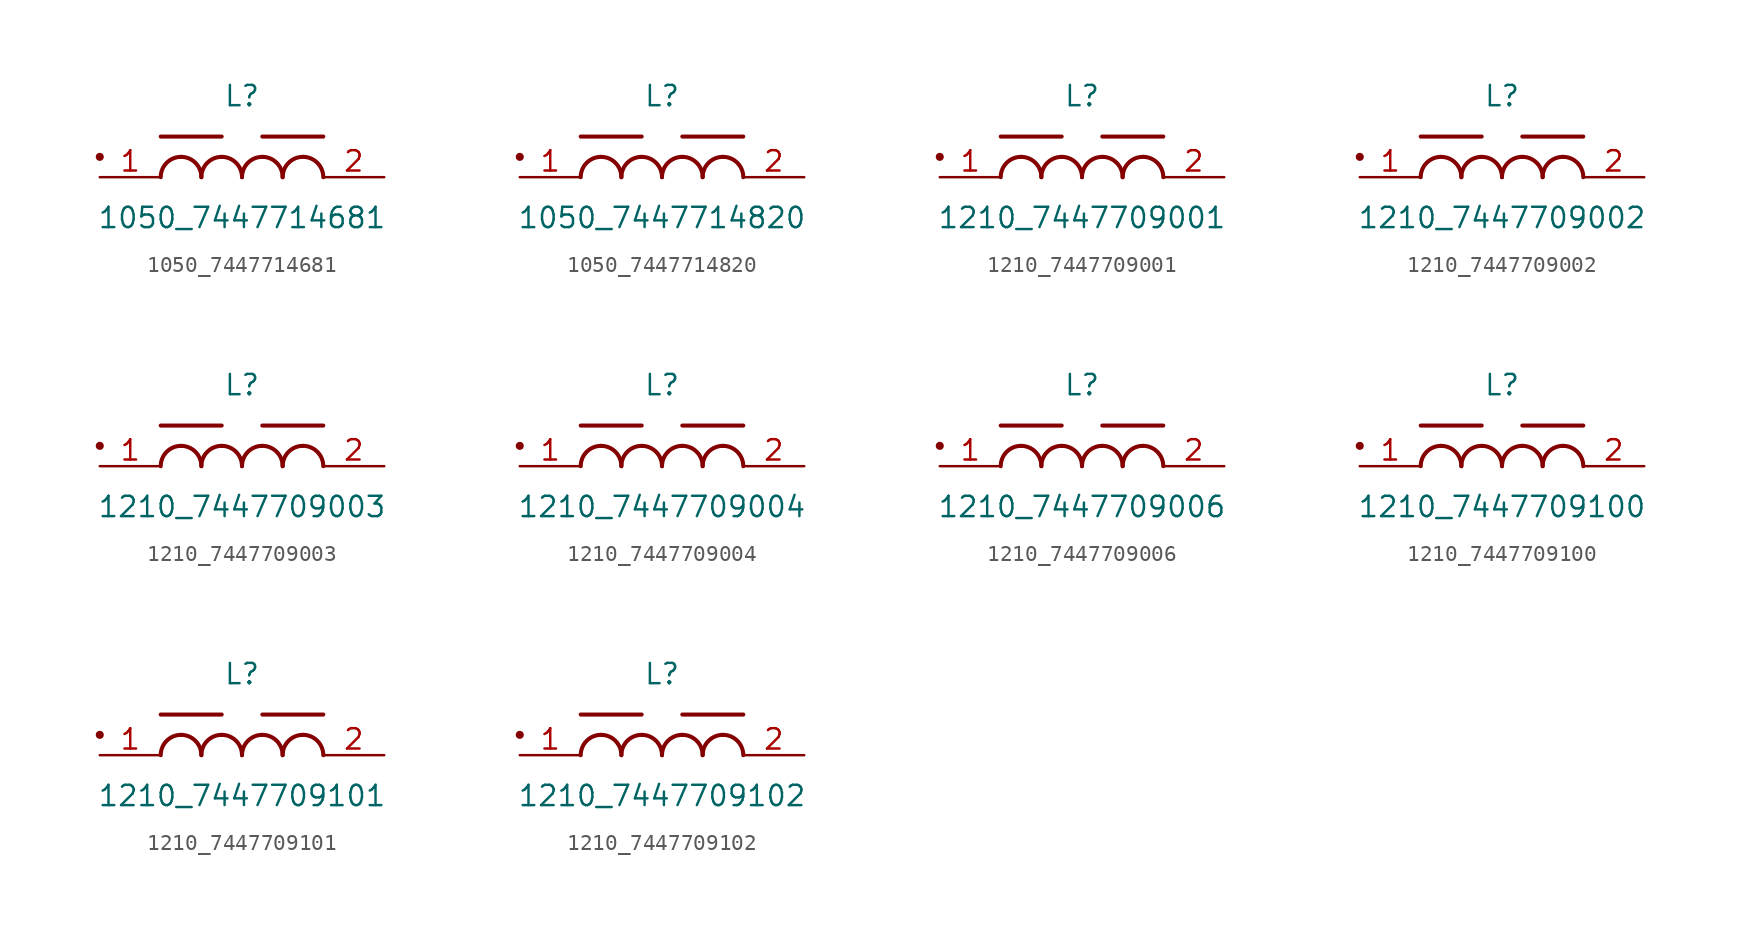
<source format=kicad_sym>
(kicad_symbol_lib
  (version 20211014)
  (generator kicad_symbol_editor)
  (symbol "Inductor_Wurth_WE-PD:1050_7447714681"
    (pin_names hide)
    (property "Reference" "L"
      (at 0 5.08 0)
      (effects (font (size 1.27 1.27))))
    (property "Value" "1050_7447714681"
      (at 0 -2.54 0)
      (effects (font (size 1.27 1.27))))
    (symbol "1050_7447714681_0_1"
      (circle (center -8.89 1.27) (radius 0.0001) (stroke (width 0.254)) (stroke (width 0.254) (type default) (color 0 0 0 0)) (fill (type none)))
      (arc (start -3.81 1.27) (mid -4.708 0.898) (end -5.08 0) (stroke (width 0.254) (type default) (color 0 0 0 0)) (fill (type none)))
      (arc (start -2.54 0) (mid -2.912 0.898) (end -3.81 1.27) (stroke (width 0.254) (type default) (color 0 0 0 0)) (fill (type none)))
      (arc (start -1.2699 1.2701) (mid -2.1679 0.8981) (end -2.5399 0.0001) (stroke (width 0.254) (type default) (color 0 0 0 0)) (fill (type none)))
      (polyline (pts (xy -5.08 2.54) (xy -1.27 2.54)) (stroke (width 0.254) (type default) (color 0 0 0 0)) (fill (type none)))
      (polyline (pts (xy 5.08 2.54) (xy 1.27 2.54)) (stroke (width 0.254) (type default) (color 0 0 0 0)) (fill (type none)))
      (arc (start 0.0001 0.0001) (mid -0.3719 0.8981) (end -1.2699 1.2701) (stroke (width 0.254) (type default) (color 0 0 0 0)) (fill (type none)))
      (arc (start 1.2701 1.2701) (mid 0.3721 0.8981) (end 0.0001 0.0001) (stroke (width 0.254) (type default) (color 0 0 0 0)) (fill (type none)))
      (arc (start 2.5401 0.0001) (mid 2.1681 0.8981) (end 1.2701 1.2701) (stroke (width 0.254) (type default) (color 0 0 0 0)) (fill (type none)))
      (arc (start 3.8101 1.2701) (mid 2.9121 0.8981) (end 2.5401 0.0001) (stroke (width 0.254) (type default) (color 0 0 0 0)) (fill (type none)))
      (arc (start 5.0801 0.0001) (mid 4.7081 0.8981) (end 3.8101 1.2701) (stroke (width 0.254) (type default) (color 0 0 0 0)) (fill (type none))))
    (symbol "1050_7447714681_1_1"
      (pin passive line (at -8.89 0 0) (length 3.81) (name "1" (effects (font (size 1.27 1.27)))) (number "1" (effects (font (size 1.27 1.27)))))
      (pin passive line (at 8.89 0 180) (length 3.81) (name "2" (effects (font (size 1.27 1.27)))) (number "2" (effects (font (size 1.27 1.27)))))))
  (symbol "Inductor_Wurth_WE-PD:1050_7447714820"
    (pin_names hide)
    (property "Reference" "L"
      (at 0 5.08 0)
      (effects (font (size 1.27 1.27))))
    (property "Value" "1050_7447714820"
      (at 0 -2.54 0)
      (effects (font (size 1.27 1.27))))
    (symbol "1050_7447714820_0_1"
      (circle (center -8.89 1.27) (radius 0.0001) (stroke (width 0.254)) (stroke (width 0.254) (type default) (color 0 0 0 0)) (fill (type none)))
      (arc (start -3.81 1.27) (mid -4.708 0.898) (end -5.08 0) (stroke (width 0.254) (type default) (color 0 0 0 0)) (fill (type none)))
      (arc (start -2.54 0) (mid -2.912 0.898) (end -3.81 1.27) (stroke (width 0.254) (type default) (color 0 0 0 0)) (fill (type none)))
      (arc (start -1.2699 1.2701) (mid -2.1679 0.8981) (end -2.5399 0.0001) (stroke (width 0.254) (type default) (color 0 0 0 0)) (fill (type none)))
      (polyline (pts (xy -5.08 2.54) (xy -1.27 2.54)) (stroke (width 0.254) (type default) (color 0 0 0 0)) (fill (type none)))
      (polyline (pts (xy 5.08 2.54) (xy 1.27 2.54)) (stroke (width 0.254) (type default) (color 0 0 0 0)) (fill (type none)))
      (arc (start 0.0001 0.0001) (mid -0.3719 0.8981) (end -1.2699 1.2701) (stroke (width 0.254) (type default) (color 0 0 0 0)) (fill (type none)))
      (arc (start 1.2701 1.2701) (mid 0.3721 0.8981) (end 0.0001 0.0001) (stroke (width 0.254) (type default) (color 0 0 0 0)) (fill (type none)))
      (arc (start 2.5401 0.0001) (mid 2.1681 0.8981) (end 1.2701 1.2701) (stroke (width 0.254) (type default) (color 0 0 0 0)) (fill (type none)))
      (arc (start 3.8101 1.2701) (mid 2.9121 0.8981) (end 2.5401 0.0001) (stroke (width 0.254) (type default) (color 0 0 0 0)) (fill (type none)))
      (arc (start 5.0801 0.0001) (mid 4.7081 0.8981) (end 3.8101 1.2701) (stroke (width 0.254) (type default) (color 0 0 0 0)) (fill (type none))))
    (symbol "1050_7447714820_1_1"
      (pin passive line (at -8.89 0 0) (length 3.81) (name "1" (effects (font (size 1.27 1.27)))) (number "1" (effects (font (size 1.27 1.27)))))
      (pin passive line (at 8.89 0 180) (length 3.81) (name "2" (effects (font (size 1.27 1.27)))) (number "2" (effects (font (size 1.27 1.27)))))))
  (symbol "Inductor_Wurth_WE-PD:1210_7447709001"
    (pin_names hide)
    (property "Reference" "L"
      (at 0 5.08 0)
      (effects (font (size 1.27 1.27))))
    (property "Value" "1210_7447709001"
      (at 0 -2.54 0)
      (effects (font (size 1.27 1.27))))
    (symbol "1210_7447709001_0_1"
      (circle (center -8.89 1.27) (radius 0.0001) (stroke (width 0.254)) (stroke (width 0.254) (type default) (color 0 0 0 0)) (fill (type none)))
      (arc (start -3.81 1.27) (mid -4.708 0.898) (end -5.08 0) (stroke (width 0.254) (type default) (color 0 0 0 0)) (fill (type none)))
      (arc (start -2.54 0) (mid -2.912 0.898) (end -3.81 1.27) (stroke (width 0.254) (type default) (color 0 0 0 0)) (fill (type none)))
      (arc (start -1.2699 1.2701) (mid -2.1679 0.8981) (end -2.5399 0.0001) (stroke (width 0.254) (type default) (color 0 0 0 0)) (fill (type none)))
      (polyline (pts (xy -5.08 2.54) (xy -1.27 2.54)) (stroke (width 0.254) (type default) (color 0 0 0 0)) (fill (type none)))
      (polyline (pts (xy 5.08 2.54) (xy 1.27 2.54)) (stroke (width 0.254) (type default) (color 0 0 0 0)) (fill (type none)))
      (arc (start 0.0001 0.0001) (mid -0.3719 0.8981) (end -1.2699 1.2701) (stroke (width 0.254) (type default) (color 0 0 0 0)) (fill (type none)))
      (arc (start 1.2701 1.2701) (mid 0.3721 0.8981) (end 0.0001 0.0001) (stroke (width 0.254) (type default) (color 0 0 0 0)) (fill (type none)))
      (arc (start 2.5401 0.0001) (mid 2.1681 0.8981) (end 1.2701 1.2701) (stroke (width 0.254) (type default) (color 0 0 0 0)) (fill (type none)))
      (arc (start 3.8101 1.2701) (mid 2.9121 0.8981) (end 2.5401 0.0001) (stroke (width 0.254) (type default) (color 0 0 0 0)) (fill (type none)))
      (arc (start 5.0801 0.0001) (mid 4.7081 0.8981) (end 3.8101 1.2701) (stroke (width 0.254) (type default) (color 0 0 0 0)) (fill (type none))))
    (symbol "1210_7447709001_1_1"
      (pin passive line (at -8.89 0 0) (length 3.81) (name "1" (effects (font (size 1.27 1.27)))) (number "1" (effects (font (size 1.27 1.27)))))
      (pin passive line (at 8.89 0 180) (length 3.81) (name "2" (effects (font (size 1.27 1.27)))) (number "2" (effects (font (size 1.27 1.27)))))))
  (symbol "Inductor_Wurth_WE-PD:1210_7447709002"
    (pin_names hide)
    (property "Reference" "L"
      (at 0 5.08 0)
      (effects (font (size 1.27 1.27))))
    (property "Value" "1210_7447709002"
      (at 0 -2.54 0)
      (effects (font (size 1.27 1.27))))
    (symbol "1210_7447709002_0_1"
      (circle (center -8.89 1.27) (radius 0.0001) (stroke (width 0.254)) (stroke (width 0.254) (type default) (color 0 0 0 0)) (fill (type none)))
      (arc (start -3.81 1.27) (mid -4.708 0.898) (end -5.08 0) (stroke (width 0.254) (type default) (color 0 0 0 0)) (fill (type none)))
      (arc (start -2.54 0) (mid -2.912 0.898) (end -3.81 1.27) (stroke (width 0.254) (type default) (color 0 0 0 0)) (fill (type none)))
      (arc (start -1.2699 1.2701) (mid -2.1679 0.8981) (end -2.5399 0.0001) (stroke (width 0.254) (type default) (color 0 0 0 0)) (fill (type none)))
      (polyline (pts (xy -5.08 2.54) (xy -1.27 2.54)) (stroke (width 0.254) (type default) (color 0 0 0 0)) (fill (type none)))
      (polyline (pts (xy 5.08 2.54) (xy 1.27 2.54)) (stroke (width 0.254) (type default) (color 0 0 0 0)) (fill (type none)))
      (arc (start 0.0001 0.0001) (mid -0.3719 0.8981) (end -1.2699 1.2701) (stroke (width 0.254) (type default) (color 0 0 0 0)) (fill (type none)))
      (arc (start 1.2701 1.2701) (mid 0.3721 0.8981) (end 0.0001 0.0001) (stroke (width 0.254) (type default) (color 0 0 0 0)) (fill (type none)))
      (arc (start 2.5401 0.0001) (mid 2.1681 0.8981) (end 1.2701 1.2701) (stroke (width 0.254) (type default) (color 0 0 0 0)) (fill (type none)))
      (arc (start 3.8101 1.2701) (mid 2.9121 0.8981) (end 2.5401 0.0001) (stroke (width 0.254) (type default) (color 0 0 0 0)) (fill (type none)))
      (arc (start 5.0801 0.0001) (mid 4.7081 0.8981) (end 3.8101 1.2701) (stroke (width 0.254) (type default) (color 0 0 0 0)) (fill (type none))))
    (symbol "1210_7447709002_1_1"
      (pin passive line (at -8.89 0 0) (length 3.81) (name "1" (effects (font (size 1.27 1.27)))) (number "1" (effects (font (size 1.27 1.27)))))
      (pin passive line (at 8.89 0 180) (length 3.81) (name "2" (effects (font (size 1.27 1.27)))) (number "2" (effects (font (size 1.27 1.27)))))))
  (symbol "Inductor_Wurth_WE-PD:1210_7447709003"
    (pin_names hide)
    (property "Reference" "L"
      (at 0 5.08 0)
      (effects (font (size 1.27 1.27))))
    (property "Value" "1210_7447709003"
      (at 0 -2.54 0)
      (effects (font (size 1.27 1.27))))
    (symbol "1210_7447709003_0_1"
      (circle (center -8.89 1.27) (radius 0.0001) (stroke (width 0.254)) (stroke (width 0.254) (type default) (color 0 0 0 0)) (fill (type none)))
      (arc (start -3.81 1.27) (mid -4.708 0.898) (end -5.08 0) (stroke (width 0.254) (type default) (color 0 0 0 0)) (fill (type none)))
      (arc (start -2.54 0) (mid -2.912 0.898) (end -3.81 1.27) (stroke (width 0.254) (type default) (color 0 0 0 0)) (fill (type none)))
      (arc (start -1.2699 1.2701) (mid -2.1679 0.8981) (end -2.5399 0.0001) (stroke (width 0.254) (type default) (color 0 0 0 0)) (fill (type none)))
      (polyline (pts (xy -5.08 2.54) (xy -1.27 2.54)) (stroke (width 0.254) (type default) (color 0 0 0 0)) (fill (type none)))
      (polyline (pts (xy 5.08 2.54) (xy 1.27 2.54)) (stroke (width 0.254) (type default) (color 0 0 0 0)) (fill (type none)))
      (arc (start 0.0001 0.0001) (mid -0.3719 0.8981) (end -1.2699 1.2701) (stroke (width 0.254) (type default) (color 0 0 0 0)) (fill (type none)))
      (arc (start 1.2701 1.2701) (mid 0.3721 0.8981) (end 0.0001 0.0001) (stroke (width 0.254) (type default) (color 0 0 0 0)) (fill (type none)))
      (arc (start 2.5401 0.0001) (mid 2.1681 0.8981) (end 1.2701 1.2701) (stroke (width 0.254) (type default) (color 0 0 0 0)) (fill (type none)))
      (arc (start 3.8101 1.2701) (mid 2.9121 0.8981) (end 2.5401 0.0001) (stroke (width 0.254) (type default) (color 0 0 0 0)) (fill (type none)))
      (arc (start 5.0801 0.0001) (mid 4.7081 0.8981) (end 3.8101 1.2701) (stroke (width 0.254) (type default) (color 0 0 0 0)) (fill (type none))))
    (symbol "1210_7447709003_1_1"
      (pin passive line (at -8.89 0 0) (length 3.81) (name "1" (effects (font (size 1.27 1.27)))) (number "1" (effects (font (size 1.27 1.27)))))
      (pin passive line (at 8.89 0 180) (length 3.81) (name "2" (effects (font (size 1.27 1.27)))) (number "2" (effects (font (size 1.27 1.27)))))))
  (symbol "Inductor_Wurth_WE-PD:1210_7447709004"
    (pin_names hide)
    (property "Reference" "L"
      (at 0 5.08 0)
      (effects (font (size 1.27 1.27))))
    (property "Value" "1210_7447709004"
      (at 0 -2.54 0)
      (effects (font (size 1.27 1.27))))
    (symbol "1210_7447709004_0_1"
      (circle (center -8.89 1.27) (radius 0.0001) (stroke (width 0.254)) (stroke (width 0.254) (type default) (color 0 0 0 0)) (fill (type none)))
      (arc (start -3.81 1.27) (mid -4.708 0.898) (end -5.08 0) (stroke (width 0.254) (type default) (color 0 0 0 0)) (fill (type none)))
      (arc (start -2.54 0) (mid -2.912 0.898) (end -3.81 1.27) (stroke (width 0.254) (type default) (color 0 0 0 0)) (fill (type none)))
      (arc (start -1.2699 1.2701) (mid -2.1679 0.8981) (end -2.5399 0.0001) (stroke (width 0.254) (type default) (color 0 0 0 0)) (fill (type none)))
      (polyline (pts (xy -5.08 2.54) (xy -1.27 2.54)) (stroke (width 0.254) (type default) (color 0 0 0 0)) (fill (type none)))
      (polyline (pts (xy 5.08 2.54) (xy 1.27 2.54)) (stroke (width 0.254) (type default) (color 0 0 0 0)) (fill (type none)))
      (arc (start 0.0001 0.0001) (mid -0.3719 0.8981) (end -1.2699 1.2701) (stroke (width 0.254) (type default) (color 0 0 0 0)) (fill (type none)))
      (arc (start 1.2701 1.2701) (mid 0.3721 0.8981) (end 0.0001 0.0001) (stroke (width 0.254) (type default) (color 0 0 0 0)) (fill (type none)))
      (arc (start 2.5401 0.0001) (mid 2.1681 0.8981) (end 1.2701 1.2701) (stroke (width 0.254) (type default) (color 0 0 0 0)) (fill (type none)))
      (arc (start 3.8101 1.2701) (mid 2.9121 0.8981) (end 2.5401 0.0001) (stroke (width 0.254) (type default) (color 0 0 0 0)) (fill (type none)))
      (arc (start 5.0801 0.0001) (mid 4.7081 0.8981) (end 3.8101 1.2701) (stroke (width 0.254) (type default) (color 0 0 0 0)) (fill (type none))))
    (symbol "1210_7447709004_1_1"
      (pin passive line (at -8.89 0 0) (length 3.81) (name "1" (effects (font (size 1.27 1.27)))) (number "1" (effects (font (size 1.27 1.27)))))
      (pin passive line (at 8.89 0 180) (length 3.81) (name "2" (effects (font (size 1.27 1.27)))) (number "2" (effects (font (size 1.27 1.27)))))))
  (symbol "Inductor_Wurth_WE-PD:1210_7447709006"
    (pin_names hide)
    (property "Reference" "L"
      (at 0 5.08 0)
      (effects (font (size 1.27 1.27))))
    (property "Value" "1210_7447709006"
      (at 0 -2.54 0)
      (effects (font (size 1.27 1.27))))
    (symbol "1210_7447709006_0_1"
      (circle (center -8.89 1.27) (radius 0.0001) (stroke (width 0.254)) (stroke (width 0.254) (type default) (color 0 0 0 0)) (fill (type none)))
      (arc (start -3.81 1.27) (mid -4.708 0.898) (end -5.08 0) (stroke (width 0.254) (type default) (color 0 0 0 0)) (fill (type none)))
      (arc (start -2.54 0) (mid -2.912 0.898) (end -3.81 1.27) (stroke (width 0.254) (type default) (color 0 0 0 0)) (fill (type none)))
      (arc (start -1.2699 1.2701) (mid -2.1679 0.8981) (end -2.5399 0.0001) (stroke (width 0.254) (type default) (color 0 0 0 0)) (fill (type none)))
      (polyline (pts (xy -5.08 2.54) (xy -1.27 2.54)) (stroke (width 0.254) (type default) (color 0 0 0 0)) (fill (type none)))
      (polyline (pts (xy 5.08 2.54) (xy 1.27 2.54)) (stroke (width 0.254) (type default) (color 0 0 0 0)) (fill (type none)))
      (arc (start 0.0001 0.0001) (mid -0.3719 0.8981) (end -1.2699 1.2701) (stroke (width 0.254) (type default) (color 0 0 0 0)) (fill (type none)))
      (arc (start 1.2701 1.2701) (mid 0.3721 0.8981) (end 0.0001 0.0001) (stroke (width 0.254) (type default) (color 0 0 0 0)) (fill (type none)))
      (arc (start 2.5401 0.0001) (mid 2.1681 0.8981) (end 1.2701 1.2701) (stroke (width 0.254) (type default) (color 0 0 0 0)) (fill (type none)))
      (arc (start 3.8101 1.2701) (mid 2.9121 0.8981) (end 2.5401 0.0001) (stroke (width 0.254) (type default) (color 0 0 0 0)) (fill (type none)))
      (arc (start 5.0801 0.0001) (mid 4.7081 0.8981) (end 3.8101 1.2701) (stroke (width 0.254) (type default) (color 0 0 0 0)) (fill (type none))))
    (symbol "1210_7447709006_1_1"
      (pin passive line (at -8.89 0 0) (length 3.81) (name "1" (effects (font (size 1.27 1.27)))) (number "1" (effects (font (size 1.27 1.27)))))
      (pin passive line (at 8.89 0 180) (length 3.81) (name "2" (effects (font (size 1.27 1.27)))) (number "2" (effects (font (size 1.27 1.27)))))))
  (symbol "Inductor_Wurth_WE-PD:1210_7447709100"
    (pin_names hide)
    (property "Reference" "L"
      (at 0 5.08 0)
      (effects (font (size 1.27 1.27))))
    (property "Value" "1210_7447709100"
      (at 0 -2.54 0)
      (effects (font (size 1.27 1.27))))
    (symbol "1210_7447709100_0_1"
      (circle (center -8.89 1.27) (radius 0.0001) (stroke (width 0.254)) (stroke (width 0.254) (type default) (color 0 0 0 0)) (fill (type none)))
      (arc (start -3.81 1.27) (mid -4.708 0.898) (end -5.08 0) (stroke (width 0.254) (type default) (color 0 0 0 0)) (fill (type none)))
      (arc (start -2.54 0) (mid -2.912 0.898) (end -3.81 1.27) (stroke (width 0.254) (type default) (color 0 0 0 0)) (fill (type none)))
      (arc (start -1.2699 1.2701) (mid -2.1679 0.8981) (end -2.5399 0.0001) (stroke (width 0.254) (type default) (color 0 0 0 0)) (fill (type none)))
      (polyline (pts (xy -5.08 2.54) (xy -1.27 2.54)) (stroke (width 0.254) (type default) (color 0 0 0 0)) (fill (type none)))
      (polyline (pts (xy 5.08 2.54) (xy 1.27 2.54)) (stroke (width 0.254) (type default) (color 0 0 0 0)) (fill (type none)))
      (arc (start 0.0001 0.0001) (mid -0.3719 0.8981) (end -1.2699 1.2701) (stroke (width 0.254) (type default) (color 0 0 0 0)) (fill (type none)))
      (arc (start 1.2701 1.2701) (mid 0.3721 0.8981) (end 0.0001 0.0001) (stroke (width 0.254) (type default) (color 0 0 0 0)) (fill (type none)))
      (arc (start 2.5401 0.0001) (mid 2.1681 0.8981) (end 1.2701 1.2701) (stroke (width 0.254) (type default) (color 0 0 0 0)) (fill (type none)))
      (arc (start 3.8101 1.2701) (mid 2.9121 0.8981) (end 2.5401 0.0001) (stroke (width 0.254) (type default) (color 0 0 0 0)) (fill (type none)))
      (arc (start 5.0801 0.0001) (mid 4.7081 0.8981) (end 3.8101 1.2701) (stroke (width 0.254) (type default) (color 0 0 0 0)) (fill (type none))))
    (symbol "1210_7447709100_1_1"
      (pin passive line (at -8.89 0 0) (length 3.81) (name "1" (effects (font (size 1.27 1.27)))) (number "1" (effects (font (size 1.27 1.27)))))
      (pin passive line (at 8.89 0 180) (length 3.81) (name "2" (effects (font (size 1.27 1.27)))) (number "2" (effects (font (size 1.27 1.27)))))))
  (symbol "Inductor_Wurth_WE-PD:1210_7447709101"
    (pin_names hide)
    (property "Reference" "L"
      (at 0 5.08 0)
      (effects (font (size 1.27 1.27))))
    (property "Value" "1210_7447709101"
      (at 0 -2.54 0)
      (effects (font (size 1.27 1.27))))
    (symbol "1210_7447709101_0_1"
      (circle (center -8.89 1.27) (radius 0.0001) (stroke (width 0.254)) (stroke (width 0.254) (type default) (color 0 0 0 0)) (fill (type none)))
      (arc (start -3.81 1.27) (mid -4.708 0.898) (end -5.08 0) (stroke (width 0.254) (type default) (color 0 0 0 0)) (fill (type none)))
      (arc (start -2.54 0) (mid -2.912 0.898) (end -3.81 1.27) (stroke (width 0.254) (type default) (color 0 0 0 0)) (fill (type none)))
      (arc (start -1.2699 1.2701) (mid -2.1679 0.8981) (end -2.5399 0.0001) (stroke (width 0.254) (type default) (color 0 0 0 0)) (fill (type none)))
      (polyline (pts (xy -5.08 2.54) (xy -1.27 2.54)) (stroke (width 0.254) (type default) (color 0 0 0 0)) (fill (type none)))
      (polyline (pts (xy 5.08 2.54) (xy 1.27 2.54)) (stroke (width 0.254) (type default) (color 0 0 0 0)) (fill (type none)))
      (arc (start 0.0001 0.0001) (mid -0.3719 0.8981) (end -1.2699 1.2701) (stroke (width 0.254) (type default) (color 0 0 0 0)) (fill (type none)))
      (arc (start 1.2701 1.2701) (mid 0.3721 0.8981) (end 0.0001 0.0001) (stroke (width 0.254) (type default) (color 0 0 0 0)) (fill (type none)))
      (arc (start 2.5401 0.0001) (mid 2.1681 0.8981) (end 1.2701 1.2701) (stroke (width 0.254) (type default) (color 0 0 0 0)) (fill (type none)))
      (arc (start 3.8101 1.2701) (mid 2.9121 0.8981) (end 2.5401 0.0001) (stroke (width 0.254) (type default) (color 0 0 0 0)) (fill (type none)))
      (arc (start 5.0801 0.0001) (mid 4.7081 0.8981) (end 3.8101 1.2701) (stroke (width 0.254) (type default) (color 0 0 0 0)) (fill (type none))))
    (symbol "1210_7447709101_1_1"
      (pin passive line (at -8.89 0 0) (length 3.81) (name "1" (effects (font (size 1.27 1.27)))) (number "1" (effects (font (size 1.27 1.27)))))
      (pin passive line (at 8.89 0 180) (length 3.81) (name "2" (effects (font (size 1.27 1.27)))) (number "2" (effects (font (size 1.27 1.27)))))))
  (symbol "Inductor_Wurth_WE-PD:1210_7447709102"
    (pin_names hide)
    (property "Reference" "L"
      (at 0 5.08 0)
      (effects (font (size 1.27 1.27))))
    (property "Value" "1210_7447709102"
      (at 0 -2.54 0)
      (effects (font (size 1.27 1.27))))
    (symbol "1210_7447709102_0_1"
      (circle (center -8.89 1.27) (radius 0.0001) (stroke (width 0.254)) (stroke (width 0.254) (type default) (color 0 0 0 0)) (fill (type none)))
      (arc (start -3.81 1.27) (mid -4.708 0.898) (end -5.08 0) (stroke (width 0.254) (type default) (color 0 0 0 0)) (fill (type none)))
      (arc (start -2.54 0) (mid -2.912 0.898) (end -3.81 1.27) (stroke (width 0.254) (type default) (color 0 0 0 0)) (fill (type none)))
      (arc (start -1.2699 1.2701) (mid -2.1679 0.8981) (end -2.5399 0.0001) (stroke (width 0.254) (type default) (color 0 0 0 0)) (fill (type none)))
      (polyline (pts (xy -5.08 2.54) (xy -1.27 2.54)) (stroke (width 0.254) (type default) (color 0 0 0 0)) (fill (type none)))
      (polyline (pts (xy 5.08 2.54) (xy 1.27 2.54)) (stroke (width 0.254) (type default) (color 0 0 0 0)) (fill (type none)))
      (arc (start 0.0001 0.0001) (mid -0.3719 0.8981) (end -1.2699 1.2701) (stroke (width 0.254) (type default) (color 0 0 0 0)) (fill (type none)))
      (arc (start 1.2701 1.2701) (mid 0.3721 0.8981) (end 0.0001 0.0001) (stroke (width 0.254) (type default) (color 0 0 0 0)) (fill (type none)))
      (arc (start 2.5401 0.0001) (mid 2.1681 0.8981) (end 1.2701 1.2701) (stroke (width 0.254) (type default) (color 0 0 0 0)) (fill (type none)))
      (arc (start 3.8101 1.2701) (mid 2.9121 0.8981) (end 2.5401 0.0001) (stroke (width 0.254) (type default) (color 0 0 0 0)) (fill (type none)))
      (arc (start 5.0801 0.0001) (mid 4.7081 0.8981) (end 3.8101 1.2701) (stroke (width 0.254) (type default) (color 0 0 0 0)) (fill (type none))))
    (symbol "1210_7447709102_1_1"
      (pin passive line (at -8.89 0 0) (length 3.81) (name "1" (effects (font (size 1.27 1.27)))) (number "1" (effects (font (size 1.27 1.27)))))
      (pin passive line (at 8.89 0 180) (length 3.81) (name "2" (effects (font (size 1.27 1.27)))) (number "2" (effects (font (size 1.27 1.27))))))))
</source>
